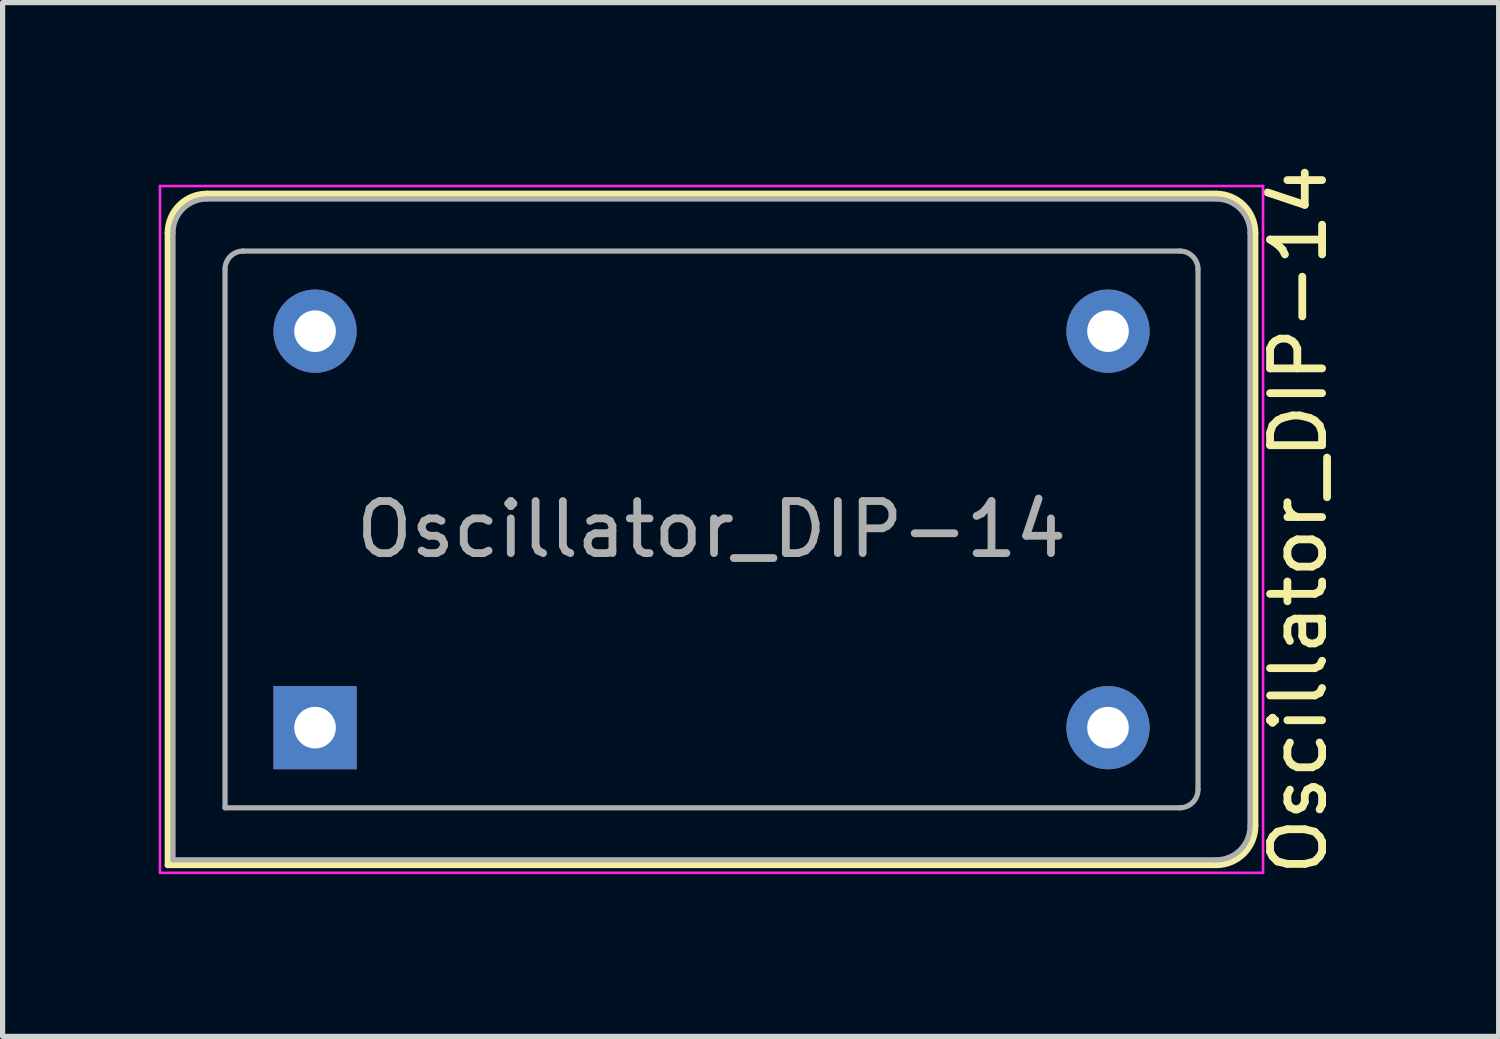
<source format=kicad_pcb>
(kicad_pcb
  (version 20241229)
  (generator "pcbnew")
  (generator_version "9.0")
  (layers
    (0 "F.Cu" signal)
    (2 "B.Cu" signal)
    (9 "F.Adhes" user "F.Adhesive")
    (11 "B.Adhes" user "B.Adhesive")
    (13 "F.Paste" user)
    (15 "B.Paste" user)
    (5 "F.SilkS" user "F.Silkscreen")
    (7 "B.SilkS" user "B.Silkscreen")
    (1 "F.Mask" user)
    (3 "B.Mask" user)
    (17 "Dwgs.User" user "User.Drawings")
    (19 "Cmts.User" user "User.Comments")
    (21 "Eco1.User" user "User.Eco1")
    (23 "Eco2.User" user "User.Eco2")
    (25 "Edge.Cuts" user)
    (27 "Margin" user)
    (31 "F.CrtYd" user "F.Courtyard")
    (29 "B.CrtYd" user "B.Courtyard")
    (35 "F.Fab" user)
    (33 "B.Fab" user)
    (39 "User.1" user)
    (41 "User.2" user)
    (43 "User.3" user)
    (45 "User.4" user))
  (footprint "Oscillator_DIP-14"
    (layer "F.Cu")
    (at 3.005 10.935)
    (property "Reference" "Oscillator_DIP-14" (at 18.9 -4 90) (layer "F.SilkS") (effects (font (size 1 1) (thickness 0.15))))
    (attr through_hole)
    (fp_line (start -2.83 -9.51) (end -2.83 2.64) (stroke (width 0.12) (type solid)) (layer "F.SilkS"))
    (fp_line (start -2.83 2.64) (end 17.32 2.64) (stroke (width 0.12) (type solid)) (layer "F.SilkS"))
    (fp_line (start 17.32 -10.26) (end -2.08 -10.26) (stroke (width 0.12) (type solid)) (layer "F.SilkS"))
    (fp_line (start 18.07 1.89) (end 18.07 -9.51) (stroke (width 0.12) (type solid)) (layer "F.SilkS"))
    (fp_arc (start -2.83 -9.51) (mid -2.61033 -10.04033) (end -2.08 -10.26) (stroke (width 0.12) (type solid)) (layer "F.SilkS"))
    (fp_arc (start 17.32 -10.26) (mid 17.85033 -10.04033) (end 18.07 -9.51) (stroke (width 0.12) (type solid)) (layer "F.SilkS"))
    (fp_arc (start 18.07 1.89) (mid 17.85033 2.42033) (end 17.32 2.64) (stroke (width 0.12) (type solid)) (layer "F.SilkS"))
    (fp_line (start -2.98 -10.41) (end -2.98 2.79) (stroke (width 0.05) (type solid)) (layer "F.CrtYd"))
    (fp_line (start -2.98 2.79) (end 18.22 2.79) (stroke (width 0.05) (type solid)) (layer "F.CrtYd"))
    (fp_line (start 18.22 -10.41) (end -2.98 -10.41) (stroke (width 0.05) (type solid)) (layer "F.CrtYd"))
    (fp_line (start 18.22 2.79) (end 18.22 -10.41) (stroke (width 0.05) (type solid)) (layer "F.CrtYd"))
    (fp_line (start -2.73 2.54) (end -2.73 -9.51) (stroke (width 0.1) (type solid)) (layer "F.Fab"))
    (fp_line (start -2.73 2.54) (end 17.32 2.54) (stroke (width 0.1) (type solid)) (layer "F.Fab"))
    (fp_line (start -2.08 -10.16) (end 17.32 -10.16) (stroke (width 0.1) (type solid)) (layer "F.Fab"))
    (fp_line (start -1.73 1.54) (end -1.73 -8.81) (stroke (width 0.1) (type solid)) (layer "F.Fab"))
    (fp_line (start -1.73 1.54) (end 16.62 1.54) (stroke (width 0.1) (type solid)) (layer "F.Fab"))
    (fp_line (start -1.38 -9.16) (end 16.62 -9.16) (stroke (width 0.1) (type solid)) (layer "F.Fab"))
    (fp_line (start 16.97 1.19) (end 16.97 -8.81) (stroke (width 0.1) (type solid)) (layer "F.Fab"))
    (fp_line (start 17.97 -9.51) (end 17.97 1.89) (stroke (width 0.1) (type solid)) (layer "F.Fab"))
    (fp_arc (start -2.73 -9.51) (mid -2.539619 -9.969619) (end -2.08 -10.16) (stroke (width 0.1) (type solid)) (layer "F.Fab"))
    (fp_arc (start -1.73 -8.81) (mid -1.627487 -9.057487) (end -1.38 -9.16) (stroke (width 0.1) (type solid)) (layer "F.Fab"))
    (fp_arc (start 16.62 -9.16) (mid 16.867487 -9.057487) (end 16.97 -8.81) (stroke (width 0.1) (type solid)) (layer "F.Fab"))
    (fp_arc (start 16.97 1.19) (mid 16.867487 1.437487) (end 16.62 1.54) (stroke (width 0.1) (type solid)) (layer "F.Fab"))
    (fp_arc (start 17.32 -10.16) (mid 17.779619 -9.969619) (end 17.97 -9.51) (stroke (width 0.1) (type solid)) (layer "F.Fab"))
    (fp_arc (start 17.97 1.89) (mid 17.779619 2.349619) (end 17.32 2.54) (stroke (width 0.1) (type solid)) (layer "F.Fab"))
    (fp_text user "${REFERENCE}" (at 7.62 -3.81 0) (layer "F.Fab") (effects (font (size 1 1) (thickness 0.15))))
    (pad "1" thru_hole rect (at 0 0) (size 1.6 1.6) (drill 0.8) (layers "*.Cu" "*.Mask"))
    (pad "7" thru_hole circle (at 15.24 0) (size 1.6 1.6) (drill 0.8) (layers "*.Cu" "*.Mask"))
    (pad "8" thru_hole circle (at 15.24 -7.62) (size 1.6 1.6) (drill 0.8) (layers "*.Cu" "*.Mask"))
    (pad "14" thru_hole circle (at 0 -7.62) (size 1.6 1.6) (drill 0.8) (layers "*.Cu" "*.Mask")))
  (gr_rect
    (start -3 -3)
    (end 25.753 16.869)
    (stroke (width 0.1) (type default))
    (fill no)
    (layer "Edge.Cuts")))
</source>
